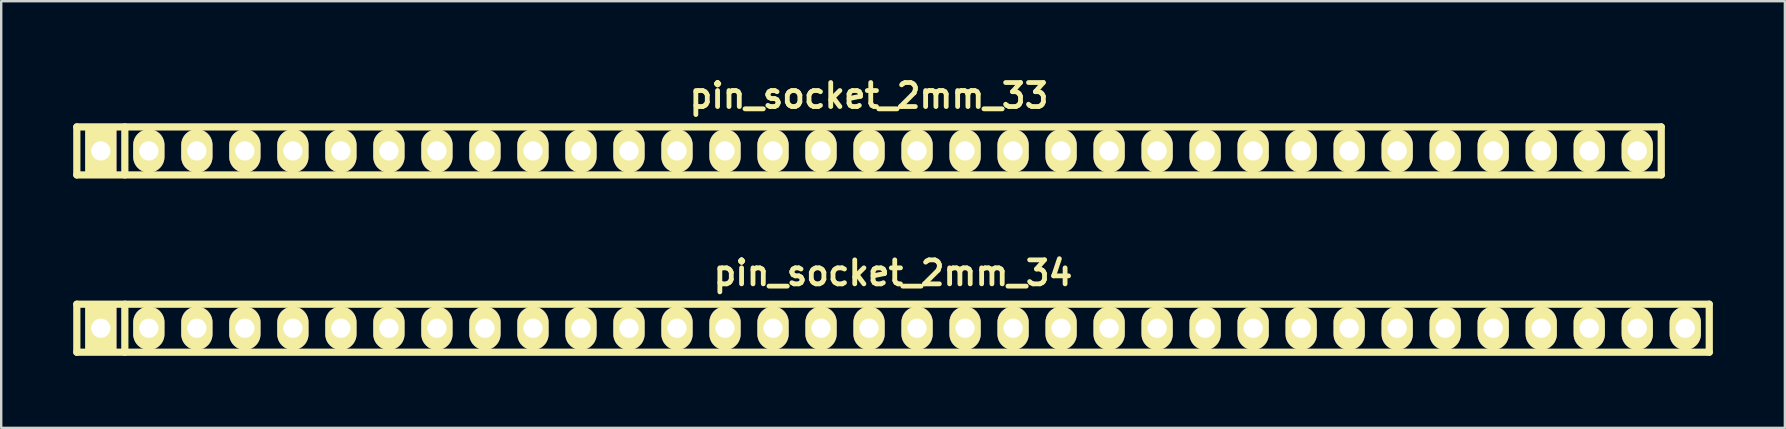
<source format=kicad_pcb>
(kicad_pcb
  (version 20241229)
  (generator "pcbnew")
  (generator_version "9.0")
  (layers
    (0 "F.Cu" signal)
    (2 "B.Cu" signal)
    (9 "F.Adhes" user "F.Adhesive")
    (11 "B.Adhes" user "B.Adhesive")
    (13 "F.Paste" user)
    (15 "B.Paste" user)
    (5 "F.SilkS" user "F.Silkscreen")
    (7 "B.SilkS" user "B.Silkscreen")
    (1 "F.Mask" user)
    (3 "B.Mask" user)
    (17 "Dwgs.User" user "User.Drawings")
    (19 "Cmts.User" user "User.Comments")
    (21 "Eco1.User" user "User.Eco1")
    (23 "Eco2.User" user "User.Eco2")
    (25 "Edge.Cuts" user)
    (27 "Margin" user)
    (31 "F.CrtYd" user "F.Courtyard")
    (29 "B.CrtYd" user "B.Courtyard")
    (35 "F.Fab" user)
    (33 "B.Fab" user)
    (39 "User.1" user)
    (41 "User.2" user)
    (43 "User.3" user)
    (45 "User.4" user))
  (footprint "pin_socket_2mm_34"
    (layer "F.Cu")
    (at 34.15 10.622)
    (property "Reference" "pin_socket_2mm_34" (at 0 -2.3 0) (layer "F.SilkS") (effects (font (size 1 1) (thickness 0.2))))
    (attr through_hole)
    (fp_line (start -34 -1) (end 34 -1) (stroke (width 0.3) (type solid)) (layer "F.SilkS"))
    (fp_line (start -34 1) (end -34 -1) (stroke (width 0.3) (type solid)) (layer "F.SilkS"))
    (fp_line (start -32 -1) (end -32 1) (stroke (width 0.3) (type solid)) (layer "F.SilkS"))
    (fp_line (start 34 -1) (end 34 1) (stroke (width 0.3) (type solid)) (layer "F.SilkS"))
    (fp_line (start 34 1) (end -34 1) (stroke (width 0.3) (type solid)) (layer "F.SilkS"))
    (pad "1" thru_hole rect (at -33 0) (size 1.3 1.8) (drill 0.8) (layers "*.Cu" "*.Mask" "F.SilkS"))
    (pad "2" thru_hole oval (at -31 0) (size 1.3 1.8) (drill 0.8) (layers "*.Cu" "*.Mask" "F.SilkS"))
    (pad "3" thru_hole oval (at -29 0) (size 1.3 1.8) (drill 0.8) (layers "*.Cu" "*.Mask" "F.SilkS"))
    (pad "4" thru_hole oval (at -27 0) (size 1.3 1.8) (drill 0.8) (layers "*.Cu" "*.Mask" "F.SilkS"))
    (pad "5" thru_hole oval (at -25 0) (size 1.3 1.8) (drill 0.8) (layers "*.Cu" "*.Mask" "F.SilkS"))
    (pad "6" thru_hole oval (at -23 0) (size 1.3 1.8) (drill 0.8) (layers "*.Cu" "*.Mask" "F.SilkS"))
    (pad "7" thru_hole oval (at -21 0) (size 1.3 1.8) (drill 0.8) (layers "*.Cu" "*.Mask" "F.SilkS"))
    (pad "8" thru_hole oval (at -19 0) (size 1.3 1.8) (drill 0.8) (layers "*.Cu" "*.Mask" "F.SilkS"))
    (pad "9" thru_hole oval (at -17 0) (size 1.3 1.8) (drill 0.8) (layers "*.Cu" "*.Mask" "F.SilkS"))
    (pad "10" thru_hole oval (at -15 0) (size 1.3 1.8) (drill 0.8) (layers "*.Cu" "*.Mask" "F.SilkS"))
    (pad "11" thru_hole oval (at -13 0) (size 1.3 1.8) (drill 0.8) (layers "*.Cu" "*.Mask" "F.SilkS"))
    (pad "12" thru_hole oval (at -11 0) (size 1.3 1.8) (drill 0.8) (layers "*.Cu" "*.Mask" "F.SilkS"))
    (pad "13" thru_hole oval (at -9 0) (size 1.3 1.8) (drill 0.8) (layers "*.Cu" "*.Mask" "F.SilkS"))
    (pad "14" thru_hole oval (at -7 0) (size 1.3 1.8) (drill 0.8) (layers "*.Cu" "*.Mask" "F.SilkS"))
    (pad "15" thru_hole oval (at -5 0) (size 1.3 1.8) (drill 0.8) (layers "*.Cu" "*.Mask" "F.SilkS"))
    (pad "16" thru_hole oval (at -3 0) (size 1.3 1.8) (drill 0.8) (layers "*.Cu" "*.Mask" "F.SilkS"))
    (pad "17" thru_hole oval (at -1 0) (size 1.3 1.8) (drill 0.8) (layers "*.Cu" "*.Mask" "F.SilkS"))
    (pad "18" thru_hole oval (at 1 0) (size 1.3 1.8) (drill 0.8) (layers "*.Cu" "*.Mask" "F.SilkS"))
    (pad "19" thru_hole oval (at 3 0) (size 1.3 1.8) (drill 0.8) (layers "*.Cu" "*.Mask" "F.SilkS"))
    (pad "20" thru_hole oval (at 5 0) (size 1.3 1.8) (drill 0.8) (layers "*.Cu" "*.Mask" "F.SilkS"))
    (pad "21" thru_hole oval (at 7 0) (size 1.3 1.8) (drill 0.8) (layers "*.Cu" "*.Mask" "F.SilkS"))
    (pad "22" thru_hole oval (at 9 0) (size 1.3 1.8) (drill 0.8) (layers "*.Cu" "*.Mask" "F.SilkS"))
    (pad "23" thru_hole oval (at 11 0) (size 1.3 1.8) (drill 0.8) (layers "*.Cu" "*.Mask" "F.SilkS"))
    (pad "24" thru_hole oval (at 13 0) (size 1.3 1.8) (drill 0.8) (layers "*.Cu" "*.Mask" "F.SilkS"))
    (pad "25" thru_hole oval (at 15 0) (size 1.3 1.8) (drill 0.8) (layers "*.Cu" "*.Mask" "F.SilkS"))
    (pad "26" thru_hole oval (at 17 0) (size 1.3 1.8) (drill 0.8) (layers "*.Cu" "*.Mask" "F.SilkS"))
    (pad "27" thru_hole oval (at 19 0) (size 1.3 1.8) (drill 0.8) (layers "*.Cu" "*.Mask" "F.SilkS"))
    (pad "28" thru_hole oval (at 21 0) (size 1.3 1.8) (drill 0.8) (layers "*.Cu" "*.Mask" "F.SilkS"))
    (pad "29" thru_hole oval (at 23 0) (size 1.3 1.8) (drill 0.8) (layers "*.Cu" "*.Mask" "F.SilkS"))
    (pad "30" thru_hole oval (at 25 0) (size 1.3 1.8) (drill 0.8) (layers "*.Cu" "*.Mask" "F.SilkS"))
    (pad "31" thru_hole oval (at 27 0) (size 1.3 1.8) (drill 0.8) (layers "*.Cu" "*.Mask" "F.SilkS"))
    (pad "32" thru_hole oval (at 29 0) (size 1.3 1.8) (drill 0.8) (layers "*.Cu" "*.Mask" "F.SilkS"))
    (pad "33" thru_hole oval (at 31 0) (size 1.3 1.8) (drill 0.8) (layers "*.Cu" "*.Mask" "F.SilkS"))
    (pad "34" thru_hole oval (at 33 0) (size 1.3 1.8) (drill 0.8) (layers "*.Cu" "*.Mask" "F.SilkS")))
  (footprint "pin_socket_2mm_33"
    (layer "F.Cu")
    (at 33.15 3.236)
    (property "Reference" "pin_socket_2mm_33" (at 0 -2.3 0) (layer "F.SilkS") (effects (font (size 1 1) (thickness 0.2))))
    (attr through_hole)
    (fp_line (start -33 -1) (end 33 -1) (stroke (width 0.3) (type solid)) (layer "F.SilkS"))
    (fp_line (start -33 1) (end -33 -1) (stroke (width 0.3) (type solid)) (layer "F.SilkS"))
    (fp_line (start -31 -1) (end -31 1) (stroke (width 0.3) (type solid)) (layer "F.SilkS"))
    (fp_line (start 33 -1) (end 33 1) (stroke (width 0.3) (type solid)) (layer "F.SilkS"))
    (fp_line (start 33 1) (end -33 1) (stroke (width 0.3) (type solid)) (layer "F.SilkS"))
    (pad "1" thru_hole rect (at -32 0) (size 1.3 1.8) (drill 0.8) (layers "*.Cu" "*.Mask" "F.SilkS"))
    (pad "2" thru_hole oval (at -30 0) (size 1.3 1.8) (drill 0.8) (layers "*.Cu" "*.Mask" "F.SilkS"))
    (pad "3" thru_hole oval (at -28 0) (size 1.3 1.8) (drill 0.8) (layers "*.Cu" "*.Mask" "F.SilkS"))
    (pad "4" thru_hole oval (at -26 0) (size 1.3 1.8) (drill 0.8) (layers "*.Cu" "*.Mask" "F.SilkS"))
    (pad "5" thru_hole oval (at -24 0) (size 1.3 1.8) (drill 0.8) (layers "*.Cu" "*.Mask" "F.SilkS"))
    (pad "6" thru_hole oval (at -22 0) (size 1.3 1.8) (drill 0.8) (layers "*.Cu" "*.Mask" "F.SilkS"))
    (pad "7" thru_hole oval (at -20 0) (size 1.3 1.8) (drill 0.8) (layers "*.Cu" "*.Mask" "F.SilkS"))
    (pad "8" thru_hole oval (at -18 0) (size 1.3 1.8) (drill 0.8) (layers "*.Cu" "*.Mask" "F.SilkS"))
    (pad "9" thru_hole oval (at -16 0) (size 1.3 1.8) (drill 0.8) (layers "*.Cu" "*.Mask" "F.SilkS"))
    (pad "10" thru_hole oval (at -14 0) (size 1.3 1.8) (drill 0.8) (layers "*.Cu" "*.Mask" "F.SilkS"))
    (pad "11" thru_hole oval (at -12 0) (size 1.3 1.8) (drill 0.8) (layers "*.Cu" "*.Mask" "F.SilkS"))
    (pad "12" thru_hole oval (at -10 0) (size 1.3 1.8) (drill 0.8) (layers "*.Cu" "*.Mask" "F.SilkS"))
    (pad "13" thru_hole oval (at -8 0) (size 1.3 1.8) (drill 0.8) (layers "*.Cu" "*.Mask" "F.SilkS"))
    (pad "14" thru_hole oval (at -6 0) (size 1.3 1.8) (drill 0.8) (layers "*.Cu" "*.Mask" "F.SilkS"))
    (pad "15" thru_hole oval (at -4 0) (size 1.3 1.8) (drill 0.8) (layers "*.Cu" "*.Mask" "F.SilkS"))
    (pad "16" thru_hole oval (at -2 0) (size 1.3 1.8) (drill 0.8) (layers "*.Cu" "*.Mask" "F.SilkS"))
    (pad "17" thru_hole oval (at 0 0) (size 1.3 1.8) (drill 0.8) (layers "*.Cu" "*.Mask" "F.SilkS"))
    (pad "18" thru_hole oval (at 2 0) (size 1.3 1.8) (drill 0.8) (layers "*.Cu" "*.Mask" "F.SilkS"))
    (pad "19" thru_hole oval (at 4 0) (size 1.3 1.8) (drill 0.8) (layers "*.Cu" "*.Mask" "F.SilkS"))
    (pad "20" thru_hole oval (at 6 0) (size 1.3 1.8) (drill 0.8) (layers "*.Cu" "*.Mask" "F.SilkS"))
    (pad "21" thru_hole oval (at 8 0) (size 1.3 1.8) (drill 0.8) (layers "*.Cu" "*.Mask" "F.SilkS"))
    (pad "22" thru_hole oval (at 10 0) (size 1.3 1.8) (drill 0.8) (layers "*.Cu" "*.Mask" "F.SilkS"))
    (pad "23" thru_hole oval (at 12 0) (size 1.3 1.8) (drill 0.8) (layers "*.Cu" "*.Mask" "F.SilkS"))
    (pad "24" thru_hole oval (at 14 0) (size 1.3 1.8) (drill 0.8) (layers "*.Cu" "*.Mask" "F.SilkS"))
    (pad "25" thru_hole oval (at 16 0) (size 1.3 1.8) (drill 0.8) (layers "*.Cu" "*.Mask" "F.SilkS"))
    (pad "26" thru_hole oval (at 18 0) (size 1.3 1.8) (drill 0.8) (layers "*.Cu" "*.Mask" "F.SilkS"))
    (pad "27" thru_hole oval (at 20 0) (size 1.3 1.8) (drill 0.8) (layers "*.Cu" "*.Mask" "F.SilkS"))
    (pad "28" thru_hole oval (at 22 0) (size 1.3 1.8) (drill 0.8) (layers "*.Cu" "*.Mask" "F.SilkS"))
    (pad "29" thru_hole oval (at 24 0) (size 1.3 1.8) (drill 0.8) (layers "*.Cu" "*.Mask" "F.SilkS"))
    (pad "30" thru_hole oval (at 26 0) (size 1.3 1.8) (drill 0.8) (layers "*.Cu" "*.Mask" "F.SilkS"))
    (pad "31" thru_hole oval (at 28 0) (size 1.3 1.8) (drill 0.8) (layers "*.Cu" "*.Mask" "F.SilkS"))
    (pad "32" thru_hole oval (at 30 0) (size 1.3 1.8) (drill 0.8) (layers "*.Cu" "*.Mask" "F.SilkS"))
    (pad "33" thru_hole oval (at 32 0) (size 1.3 1.8) (drill 0.8) (layers "*.Cu" "*.Mask" "F.SilkS")))
  (gr_rect
    (start -3 -3)
    (end 71.3 14.772)
    (stroke (width 0.1) (type default))
    (fill no)
    (layer "Edge.Cuts")))
</source>
